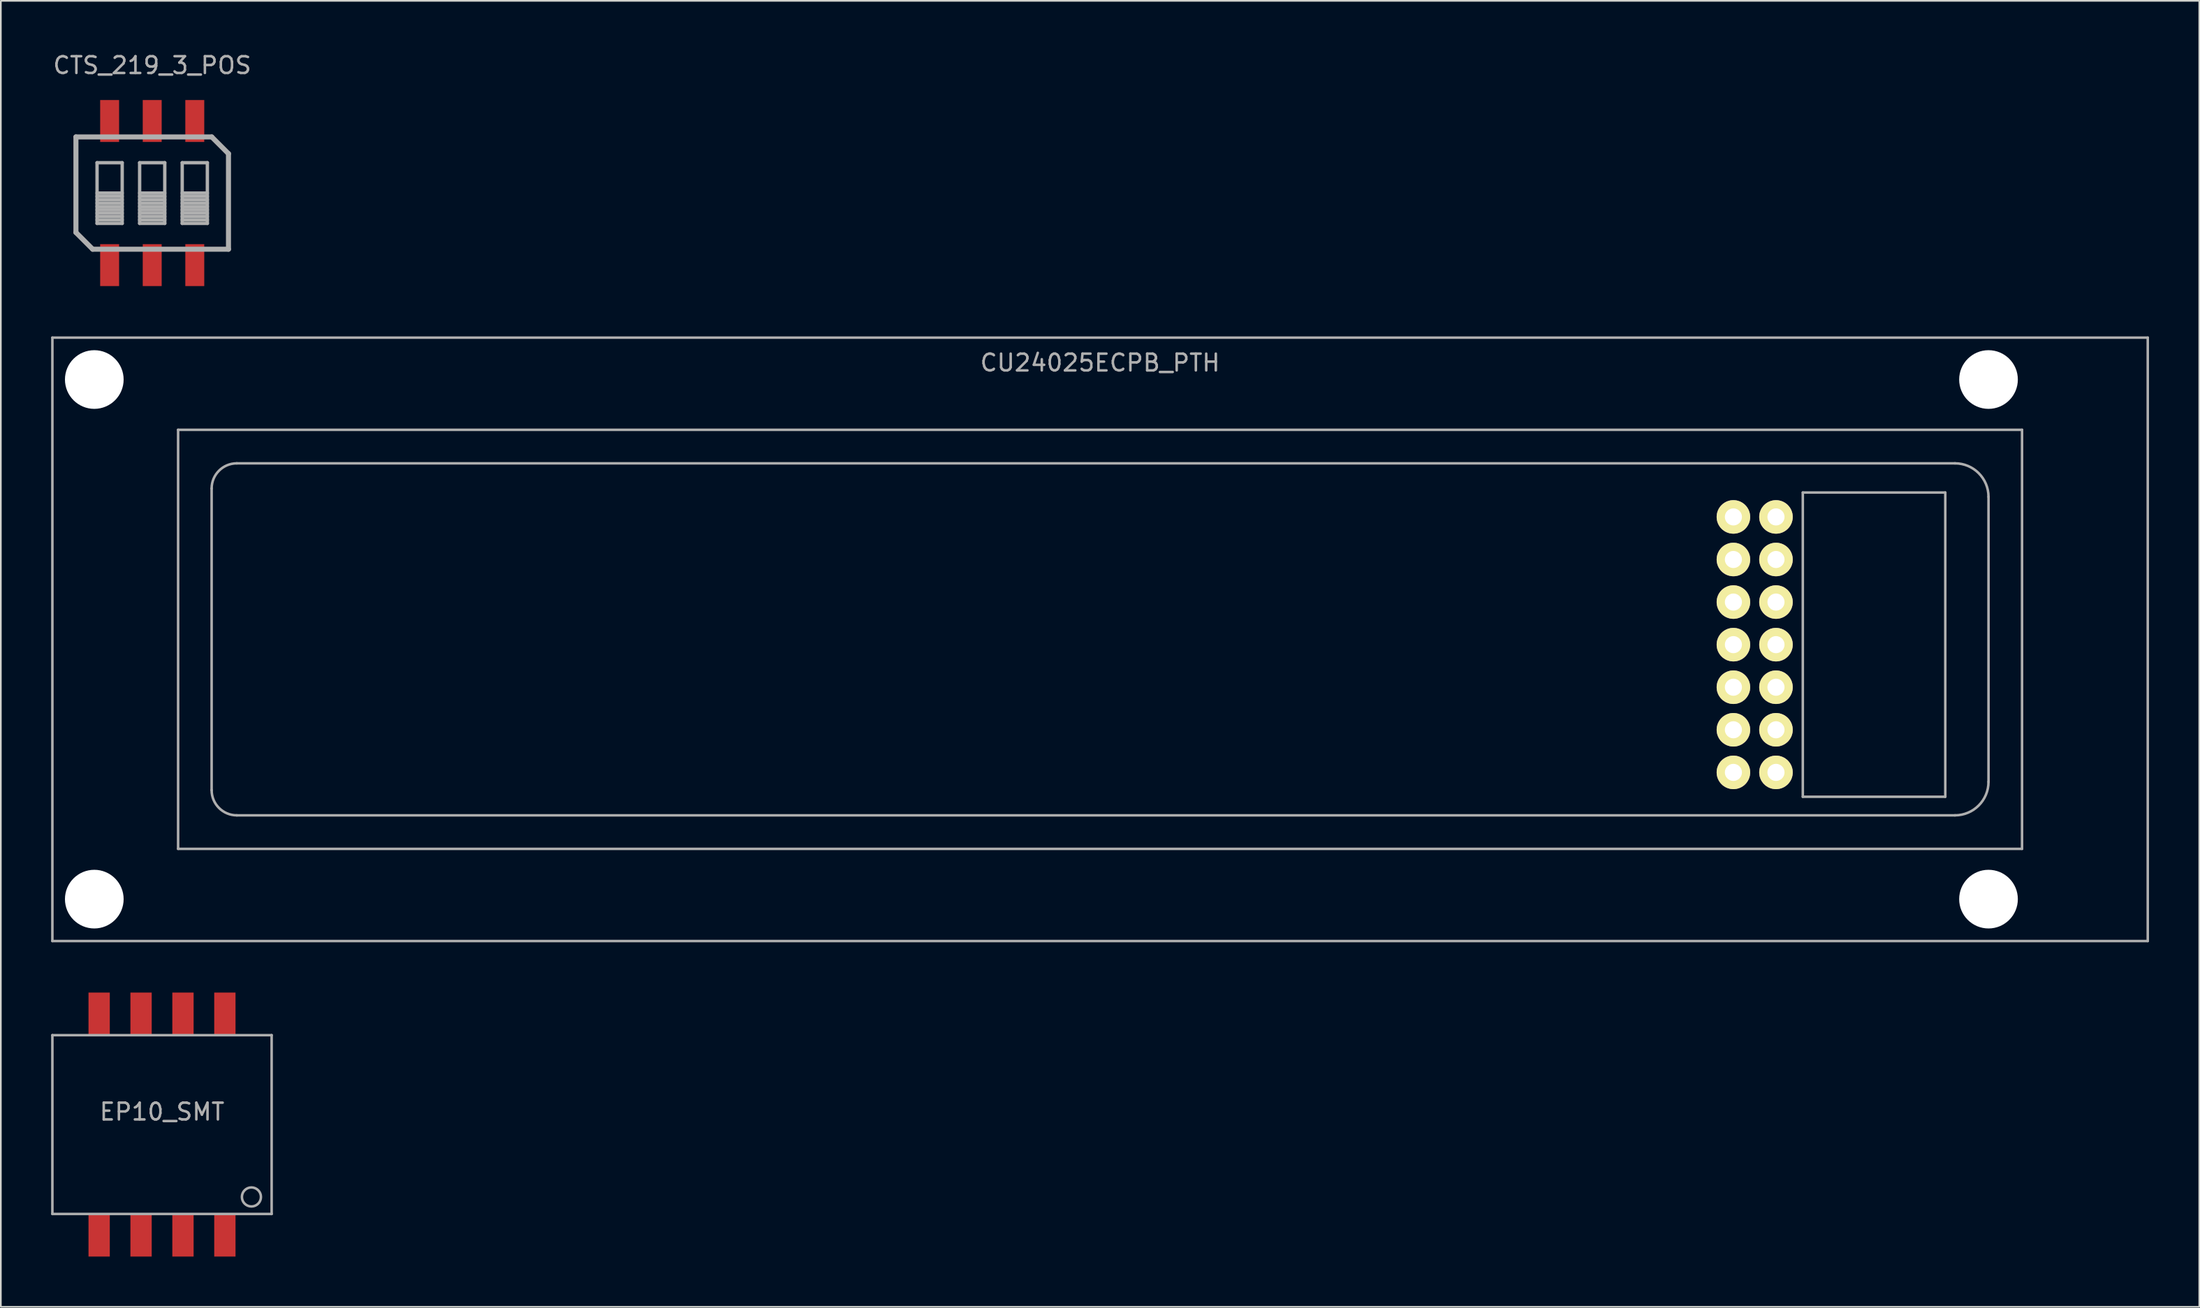
<source format=kicad_pcb>
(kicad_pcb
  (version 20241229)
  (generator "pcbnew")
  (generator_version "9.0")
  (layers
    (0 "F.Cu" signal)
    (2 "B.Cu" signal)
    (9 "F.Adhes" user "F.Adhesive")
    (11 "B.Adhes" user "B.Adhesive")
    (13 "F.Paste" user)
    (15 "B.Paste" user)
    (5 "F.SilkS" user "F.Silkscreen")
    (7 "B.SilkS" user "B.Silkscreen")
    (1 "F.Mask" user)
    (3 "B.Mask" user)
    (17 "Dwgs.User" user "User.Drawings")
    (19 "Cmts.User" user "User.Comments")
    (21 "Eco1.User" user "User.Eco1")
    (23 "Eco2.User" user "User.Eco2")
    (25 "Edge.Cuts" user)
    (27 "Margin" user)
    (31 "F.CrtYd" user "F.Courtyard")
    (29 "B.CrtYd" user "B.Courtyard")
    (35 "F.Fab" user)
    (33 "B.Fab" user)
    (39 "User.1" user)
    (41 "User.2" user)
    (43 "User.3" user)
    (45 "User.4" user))
  (footprint "EP10_SMT"
    (layer "F.Cu")
    (at 6.615 64.043)
    (property "Reference" "EP10_SMT" (at 0 -0.762 0) (layer "F.Fab") (effects (font (size 1 1) (thickness 0.15))))
    (attr through_hole)
    (fp_line (start -6.54 -5.334) (end -6.54 5.334) (stroke (width 0.15) (type solid)) (layer "F.Fab"))
    (fp_line (start -6.54 -5.334) (end 6.54 -5.334) (stroke (width 0.15) (type solid)) (layer "F.Fab"))
    (fp_line (start -6.54 5.334) (end 6.54 5.334) (stroke (width 0.15) (type solid)) (layer "F.Fab"))
    (fp_line (start 6.54 -5.334) (end 6.54 5.334) (stroke (width 0.15) (type solid)) (layer "F.Fab"))
    (fp_circle (center 5.334 4.318) (end 5.08 3.81) (stroke (width 0.15) (type solid)) (fill no) (layer "F.Fab"))
    (pad "1" smd rect (at 3.75 6.605) (size 1.27 2.54) (layers "F.Cu" "F.Mask" "F.Paste"))
    (pad "2" smd rect (at 1.25 6.605) (size 1.27 2.54) (layers "F.Cu" "F.Mask" "F.Paste"))
    (pad "3" smd rect (at -1.25 6.605) (size 1.27 2.54) (layers "F.Cu" "F.Mask" "F.Paste"))
    (pad "4" smd rect (at -3.75 6.605) (size 1.27 2.54) (layers "F.Cu" "F.Mask" "F.Paste"))
    (pad "5" smd rect (at -3.75 -6.605) (size 1.27 2.54) (layers "F.Cu" "F.Mask" "F.Paste"))
    (pad "6" smd rect (at -1.25 -6.605) (size 1.27 2.54) (layers "F.Cu" "F.Mask" "F.Paste"))
    (pad "7" smd rect (at 1.25 -6.605) (size 1.27 2.54) (layers "F.Cu" "F.Mask" "F.Paste"))
    (pad "8" smd rect (at 3.75 -6.605) (size 1.27 2.54) (layers "F.Cu" "F.Mask" "F.Paste")))
  (footprint "CU24025ECPB_PTH"
    (layer "F.Cu")
    (at 62.575 35.093)
    (property "Reference" "CU24025ECPB_PTH" (at 0 -16.5 0) (layer "F.Fab") (effects (font (size 1 1) (thickness 0.15))))
    (attr through_hole)
    (fp_line (start -62.5 -18) (end -62.5 18) (stroke (width 0.15) (type solid)) (layer "F.Fab"))
    (fp_line (start -62.5 -18) (end 62.5 -18) (stroke (width 0.15) (type solid)) (layer "F.Fab"))
    (fp_line (start -62.5 18) (end 62.5 18) (stroke (width 0.15) (type solid)) (layer "F.Fab"))
    (fp_line (start -55 -12.5) (end -55 12.5) (stroke (width 0.15) (type solid)) (layer "F.Fab"))
    (fp_line (start -55 -12.5) (end 55 -12.5) (stroke (width 0.15) (type solid)) (layer "F.Fab"))
    (fp_line (start -55 12.5) (end 55 12.5) (stroke (width 0.15) (type solid)) (layer "F.Fab"))
    (fp_line (start -53 -9) (end -53 9) (stroke (width 0.15) (type solid)) (layer "F.Fab"))
    (fp_line (start -51.5 10.5) (end 51 10.5) (stroke (width 0.15) (type solid)) (layer "F.Fab"))
    (fp_line (start 41.922 9.393) (end 41.922 -8.758) (stroke (width 0.15) (type solid)) (layer "F.Fab"))
    (fp_line (start 50.422 -8.758) (end 41.922 -8.758) (stroke (width 0.15) (type solid)) (layer "F.Fab"))
    (fp_line (start 50.422 9.393) (end 41.922 9.393) (stroke (width 0.15) (type solid)) (layer "F.Fab"))
    (fp_line (start 50.422 9.393) (end 50.422 -8.758) (stroke (width 0.15) (type solid)) (layer "F.Fab"))
    (fp_line (start 51 -10.5) (end -51.5 -10.5) (stroke (width 0.15) (type solid)) (layer "F.Fab"))
    (fp_line (start 53 -8.5) (end 53 8.5) (stroke (width 0.15) (type solid)) (layer "F.Fab"))
    (fp_line (start 55 -12.5) (end 55 12.5) (stroke (width 0.15) (type solid)) (layer "F.Fab"))
    (fp_line (start 62.5 -18) (end 62.5 18) (stroke (width 0.15) (type solid)) (layer "F.Fab"))
    (fp_arc (start -53 -9) (mid -52.56066 -10.06066) (end -51.5 -10.5) (stroke (width 0.15) (type solid)) (layer "F.Fab"))
    (fp_arc (start -51.5 10.5) (mid -52.56066 10.06066) (end -53 9) (stroke (width 0.15) (type solid)) (layer "F.Fab"))
    (fp_arc (start 51 -10.5) (mid 52.414214 -9.914214) (end 53 -8.5) (stroke (width 0.15) (type solid)) (layer "F.Fab"))
    (fp_arc (start 53 8.5) (mid 52.414214 9.914214) (end 51 10.5) (stroke (width 0.15) (type solid)) (layer "F.Fab"))
    (pad "" np_thru_hole circle (at -60 -15.5) (size 3.5 3.5) (drill 3.5) (layers "*.Cu"))
    (pad "" np_thru_hole circle (at -60 15.5) (size 3.5 3.5) (drill 3.5) (layers "*.Cu"))
    (pad "" np_thru_hole circle (at 53 -15.5) (size 3.5 3.5) (drill 3.5) (layers "*.Cu"))
    (pad "" np_thru_hole circle (at 53 15.5) (size 3.5 3.5) (drill 3.5) (layers "*.Cu"))
    (pad "1" thru_hole circle (at 40.322 7.938 180) (size 2 2) (drill 1.02) (layers "*.Cu" "*.Mask" "F.SilkS"))
    (pad "2" thru_hole circle (at 37.782 7.938 180) (size 2 2) (drill 1.02) (layers "*.Cu" "*.Mask" "F.SilkS"))
    (pad "3" thru_hole circle (at 40.322 5.397 180) (size 2 2) (drill 1.02) (layers "*.Cu" "*.Mask" "F.SilkS"))
    (pad "4" thru_hole circle (at 37.782 5.397 180) (size 2 2) (drill 1.02) (layers "*.Cu" "*.Mask" "F.SilkS"))
    (pad "5" thru_hole circle (at 40.322 2.857 180) (size 2 2) (drill 1.02) (layers "*.Cu" "*.Mask" "F.SilkS"))
    (pad "6" thru_hole circle (at 37.782 2.857 180) (size 2 2) (drill 1.02) (layers "*.Cu" "*.Mask" "F.SilkS"))
    (pad "7" thru_hole circle (at 40.322 0.318 180) (size 2 2) (drill 1.02) (layers "*.Cu" "*.Mask" "F.SilkS"))
    (pad "8" thru_hole circle (at 37.782 0.318 180) (size 2 2) (drill 1.02) (layers "*.Cu" "*.Mask" "F.SilkS"))
    (pad "9" thru_hole circle (at 40.322 -2.223 180) (size 2 2) (drill 1.02) (layers "*.Cu" "*.Mask" "F.SilkS"))
    (pad "10" thru_hole circle (at 37.782 -2.223 180) (size 2 2) (drill 1.02) (layers "*.Cu" "*.Mask" "F.SilkS"))
    (pad "11" thru_hole circle (at 40.322 -4.763 180) (size 2 2) (drill 1.02) (layers "*.Cu" "*.Mask" "F.SilkS"))
    (pad "12" thru_hole circle (at 37.782 -4.763 180) (size 2 2) (drill 1.02) (layers "*.Cu" "*.Mask" "F.SilkS"))
    (pad "13" thru_hole circle (at 40.322 -7.303 180) (size 2 2) (drill 1.02) (layers "*.Cu" "*.Mask" "F.SilkS"))
    (pad "14" thru_hole circle (at 37.782 -7.303 180) (size 2 2) (drill 1.02) (layers "*.Cu" "*.Mask" "F.SilkS")))
  (footprint "CTS_219_3_POS"
    (layer "F.Cu")
    (at 6.03 8.468)
    (property "Reference" "CTS_219_3_POS" (at 0 -7.62 0) (layer "F.Fab") (effects (font (size 1 1) (thickness 0.15))))
    (attr through_hole)
    (fp_line (start -4.55 -3.35) (end -4.55 2.35) (stroke (width 0.3) (type solid)) (layer "F.Fab"))
    (fp_line (start -4.55 2.35) (end -3.55 3.35) (stroke (width 0.3) (type solid)) (layer "F.Fab"))
    (fp_line (start -3.55 3.35) (end 4.55 3.35) (stroke (width 0.3) (type solid)) (layer "F.Fab"))
    (fp_line (start -3.29 -1.81) (end -3.29 1.81) (stroke (width 0.2) (type solid)) (layer "F.Fab"))
    (fp_line (start -3.29 0) (end -1.79 0) (stroke (width 0.2) (type solid)) (layer "F.Fab"))
    (fp_line (start -3.29 0.2) (end -1.79 0.2) (stroke (width 0.2) (type solid)) (layer "F.Fab"))
    (fp_line (start -3.29 0.4) (end -1.79 0.4) (stroke (width 0.2) (type solid)) (layer "F.Fab"))
    (fp_line (start -3.29 0.6) (end -1.79 0.6) (stroke (width 0.2) (type solid)) (layer "F.Fab"))
    (fp_line (start -3.29 0.8) (end -1.79 0.8) (stroke (width 0.2) (type solid)) (layer "F.Fab"))
    (fp_line (start -3.29 1) (end -1.79 1) (stroke (width 0.2) (type solid)) (layer "F.Fab"))
    (fp_line (start -3.29 1.2) (end -1.79 1.2) (stroke (width 0.2) (type solid)) (layer "F.Fab"))
    (fp_line (start -3.29 1.4) (end -1.79 1.4) (stroke (width 0.2) (type solid)) (layer "F.Fab"))
    (fp_line (start -3.29 1.6) (end -1.79 1.6) (stroke (width 0.2) (type solid)) (layer "F.Fab"))
    (fp_line (start -3.29 1.81) (end -1.79 1.81) (stroke (width 0.2) (type solid)) (layer "F.Fab"))
    (fp_line (start -1.79 -1.81) (end -3.29 -1.81) (stroke (width 0.2) (type solid)) (layer "F.Fab"))
    (fp_line (start -1.79 1.81) (end -1.79 -1.81) (stroke (width 0.2) (type solid)) (layer "F.Fab"))
    (fp_line (start -0.75 -1.81) (end -0.75 1.81) (stroke (width 0.2) (type solid)) (layer "F.Fab"))
    (fp_line (start -0.75 0) (end 0.75 0) (stroke (width 0.2) (type solid)) (layer "F.Fab"))
    (fp_line (start -0.75 0.2) (end 0.75 0.2) (stroke (width 0.2) (type solid)) (layer "F.Fab"))
    (fp_line (start -0.75 0.4) (end 0.75 0.4) (stroke (width 0.2) (type solid)) (layer "F.Fab"))
    (fp_line (start -0.75 0.6) (end 0.75 0.6) (stroke (width 0.2) (type solid)) (layer "F.Fab"))
    (fp_line (start -0.75 0.8) (end 0.75 0.8) (stroke (width 0.2) (type solid)) (layer "F.Fab"))
    (fp_line (start -0.75 1) (end 0.75 1) (stroke (width 0.2) (type solid)) (layer "F.Fab"))
    (fp_line (start -0.75 1.2) (end 0.75 1.2) (stroke (width 0.2) (type solid)) (layer "F.Fab"))
    (fp_line (start -0.75 1.4) (end 0.75 1.4) (stroke (width 0.2) (type solid)) (layer "F.Fab"))
    (fp_line (start -0.75 1.6) (end 0.75 1.6) (stroke (width 0.2) (type solid)) (layer "F.Fab"))
    (fp_line (start -0.75 1.81) (end 0.75 1.81) (stroke (width 0.2) (type solid)) (layer "F.Fab"))
    (fp_line (start 0.75 -1.81) (end -0.75 -1.81) (stroke (width 0.2) (type solid)) (layer "F.Fab"))
    (fp_line (start 0.75 1.81) (end 0.75 -1.81) (stroke (width 0.2) (type solid)) (layer "F.Fab"))
    (fp_line (start 1.79 -1.81) (end 1.79 1.81) (stroke (width 0.2) (type solid)) (layer "F.Fab"))
    (fp_line (start 1.79 0) (end 3.29 0) (stroke (width 0.2) (type solid)) (layer "F.Fab"))
    (fp_line (start 1.79 0.2) (end 3.29 0.2) (stroke (width 0.2) (type solid)) (layer "F.Fab"))
    (fp_line (start 1.79 0.4) (end 3.29 0.4) (stroke (width 0.2) (type solid)) (layer "F.Fab"))
    (fp_line (start 1.79 0.6) (end 3.29 0.6) (stroke (width 0.2) (type solid)) (layer "F.Fab"))
    (fp_line (start 1.79 0.8) (end 3.29 0.8) (stroke (width 0.2) (type solid)) (layer "F.Fab"))
    (fp_line (start 1.79 1) (end 3.29 1) (stroke (width 0.2) (type solid)) (layer "F.Fab"))
    (fp_line (start 1.79 1.2) (end 3.29 1.2) (stroke (width 0.2) (type solid)) (layer "F.Fab"))
    (fp_line (start 1.79 1.4) (end 3.29 1.4) (stroke (width 0.2) (type solid)) (layer "F.Fab"))
    (fp_line (start 1.79 1.6) (end 3.29 1.6) (stroke (width 0.2) (type solid)) (layer "F.Fab"))
    (fp_line (start 1.79 1.81) (end 3.29 1.81) (stroke (width 0.2) (type solid)) (layer "F.Fab"))
    (fp_line (start 3.29 -1.81) (end 1.79 -1.81) (stroke (width 0.2) (type solid)) (layer "F.Fab"))
    (fp_line (start 3.29 1.81) (end 3.29 -1.81) (stroke (width 0.2) (type solid)) (layer "F.Fab"))
    (fp_line (start 3.55 -3.35) (end -4.55 -3.35) (stroke (width 0.3) (type solid)) (layer "F.Fab"))
    (fp_line (start 3.55 -3.35) (end 4.55 -2.35) (stroke (width 0.3) (type solid)) (layer "F.Fab"))
    (fp_line (start 4.55 3.35) (end 4.55 -2.35) (stroke (width 0.3) (type solid)) (layer "F.Fab"))
    (pad "1" smd rect (at -2.54 -4.3) (size 1.13 2.5) (layers "F.Cu" "F.Mask" "F.Paste"))
    (pad "2" smd rect (at -2.54 4.3) (size 1.13 2.5) (layers "F.Cu" "F.Mask" "F.Paste"))
    (pad "3" smd rect (at 0 -4.3) (size 1.13 2.5) (layers "F.Cu" "F.Mask" "F.Paste"))
    (pad "4" smd rect (at 0 4.3) (size 1.13 2.5) (layers "F.Cu" "F.Mask" "F.Paste"))
    (pad "5" smd rect (at 2.54 -4.3) (size 1.13 2.5) (layers "F.Cu" "F.Mask" "F.Paste"))
    (pad "6" smd rect (at 2.54 4.3) (size 1.13 2.5) (layers "F.Cu" "F.Mask" "F.Paste")))
  (gr_rect
    (start -3 -3)
    (end 128.15 74.918)
    (stroke (width 0.1) (type default))
    (fill no)
    (layer "Edge.Cuts")))
</source>
